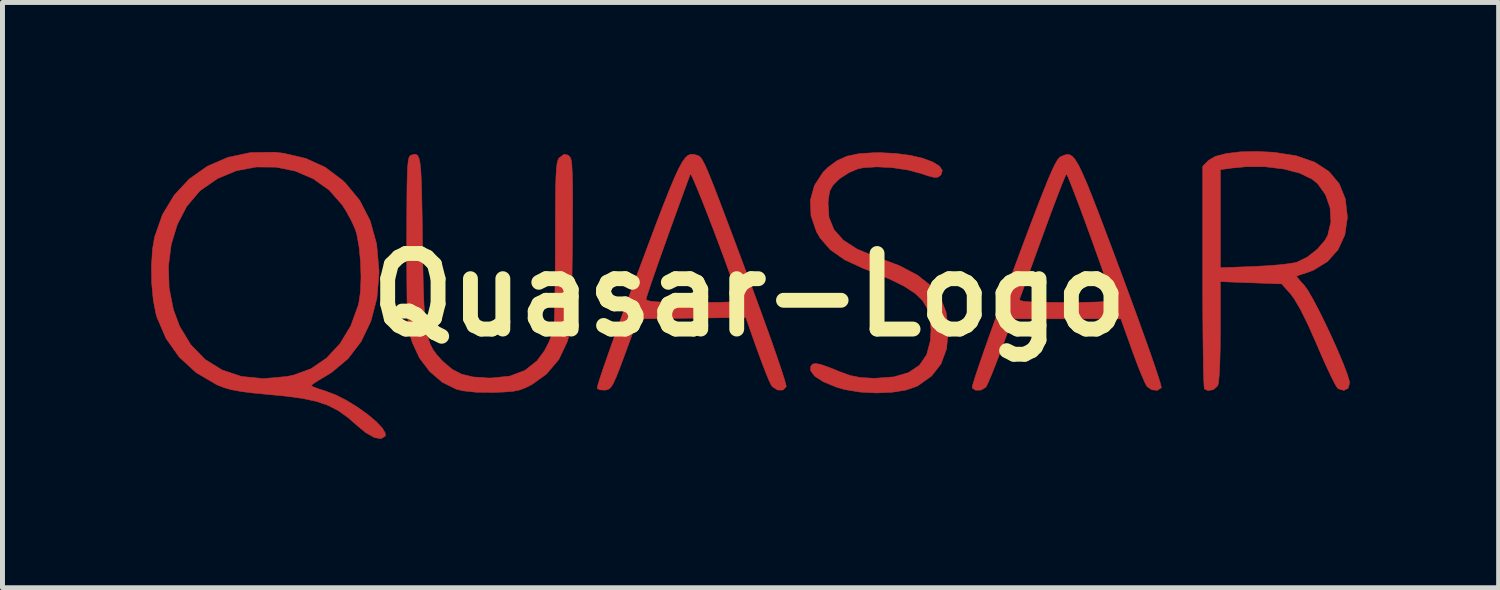
<source format=kicad_pcb>
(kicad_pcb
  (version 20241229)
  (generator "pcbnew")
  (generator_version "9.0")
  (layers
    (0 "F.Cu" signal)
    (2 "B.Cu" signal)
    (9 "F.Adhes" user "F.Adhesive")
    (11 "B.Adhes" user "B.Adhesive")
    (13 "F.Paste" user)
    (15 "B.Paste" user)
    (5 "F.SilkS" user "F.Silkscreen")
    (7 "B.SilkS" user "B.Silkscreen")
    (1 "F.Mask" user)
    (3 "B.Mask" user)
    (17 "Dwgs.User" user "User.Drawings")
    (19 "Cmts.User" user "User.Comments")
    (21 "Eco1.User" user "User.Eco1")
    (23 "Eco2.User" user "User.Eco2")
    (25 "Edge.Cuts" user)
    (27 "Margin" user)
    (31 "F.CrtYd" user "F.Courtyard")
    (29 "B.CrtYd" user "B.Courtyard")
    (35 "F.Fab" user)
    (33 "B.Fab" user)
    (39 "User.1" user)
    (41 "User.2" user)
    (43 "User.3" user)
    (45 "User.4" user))
  (footprint "Quasar-Logo"
    (layer "F.Cu")
    (at 12.062 2.897)
    (property "Reference" "Quasar-Logo" (at 0 0 0) (layer "F.SilkS") (effects (font (size 1.524 1.524) (thickness 0.3))))
    (attr through_hole)
    (fp_poly (pts (xy 2.957 -2.852) (xy 3.247 -2.813) (xy 3.497 -2.755) (xy 3.696 -2.682) (xy 3.832 -2.599) (xy 3.893 -2.511) (xy 3.865 -2.422) (xy 3.856 -2.411) (xy 3.803 -2.374) (xy 3.731 -2.369) (xy 3.614 -2.398) (xy 3.478 -2.444) (xy 3.198 -2.519) (xy 2.885 -2.566) (xy 2.573 -2.582) (xy 2.302 -2.565) (xy 2.193 -2.543) (xy 2.015 -2.468) (xy 1.837 -2.355) (xy 1.79 -2.316) (xy 1.684 -2.207) (xy 1.626 -2.103) (xy 1.598 -1.963) (xy 1.588 -1.849) (xy 1.607 -1.562) (xy 1.708 -1.315) (xy 1.895 -1.104) (xy 2.172 -0.924) (xy 2.544 -0.77) (xy 2.577 -0.759) (xy 3.032 -0.587) (xy 3.392 -0.397) (xy 3.664 -0.182) (xy 3.854 0.062) (xy 3.967 0.344) (xy 4.011 0.669) (xy 4.012 0.726) (xy 3.977 1.091) (xy 3.866 1.392) (xy 3.675 1.637) (xy 3.399 1.833) (xy 3.378 1.844) (xy 3.162 1.919) (xy 2.88 1.964) (xy 2.559 1.978) (xy 2.232 1.96) (xy 1.926 1.91) (xy 1.762 1.863) (xy 1.495 1.753) (xy 1.319 1.64) (xy 1.236 1.528) (xy 1.238 1.446) (xy 1.272 1.398) (xy 1.336 1.383) (xy 1.446 1.405) (xy 1.619 1.466) (xy 1.817 1.547) (xy 2.034 1.626) (xy 2.24 1.667) (xy 2.488 1.681) (xy 2.535 1.682) (xy 2.914 1.654) (xy 3.211 1.567) (xy 3.431 1.419) (xy 3.577 1.205) (xy 3.652 0.923) (xy 3.664 0.706) (xy 3.648 0.479) (xy 3.596 0.287) (xy 3.498 0.12) (xy 3.343 -0.031) (xy 3.122 -0.175) (xy 2.825 -0.321) (xy 2.442 -0.479) (xy 2.311 -0.529) (xy 1.928 -0.704) (xy 1.635 -0.909) (xy 1.424 -1.152) (xy 1.353 -1.276) (xy 1.244 -1.595) (xy 1.231 -1.91) (xy 1.313 -2.207) (xy 1.486 -2.472) (xy 1.588 -2.573) (xy 1.769 -2.707) (xy 1.967 -2.796) (xy 2.206 -2.847) (xy 2.512 -2.867) (xy 2.642 -2.868) (xy 2.957 -2.852)) (stroke (width 0.01) (type solid)) (fill yes) (layer "F.Cu"))
    (fp_poly (pts (xy 10.576 -2.876) (xy 11.03 -2.805) (xy 11.402 -2.676) (xy 11.69 -2.489) (xy 11.896 -2.243) (xy 12.02 -1.938) (xy 12.061 -1.574) (xy 12.06 -1.549) (xy 12.01 -1.209) (xy 11.873 -0.912) (xy 11.659 -0.671) (xy 11.377 -0.498) (xy 11.262 -0.455) (xy 11.13 -0.412) (xy 11.048 -0.384) (xy 11.036 -0.379) (xy 11.059 -0.342) (xy 11.134 -0.254) (xy 11.193 -0.19) (xy 11.268 -0.086) (xy 11.37 0.092) (xy 11.491 0.322) (xy 11.622 0.587) (xy 11.753 0.866) (xy 11.875 1.141) (xy 11.98 1.391) (xy 12.059 1.598) (xy 12.102 1.742) (xy 12.107 1.776) (xy 12.077 1.883) (xy 11.991 1.927) (xy 11.881 1.894) (xy 11.864 1.881) (xy 11.822 1.817) (xy 11.749 1.676) (xy 11.653 1.473) (xy 11.542 1.227) (xy 11.447 1.006) (xy 11.272 0.61) (xy 11.118 0.299) (xy 10.989 0.079) (xy 10.918 -0.017) (xy 10.736 -0.222) (xy 10.118 -0.244) (xy 9.5 -0.267) (xy 9.5 0.734) (xy 9.497 1.083) (xy 9.489 1.381) (xy 9.477 1.615) (xy 9.462 1.772) (xy 9.447 1.832) (xy 9.362 1.91) (xy 9.252 1.93) (xy 9.178 1.897) (xy 9.171 1.84) (xy 9.164 1.693) (xy 9.158 1.465) (xy 9.153 1.166) (xy 9.149 0.808) (xy 9.146 0.401) (xy 9.144 -0.045) (xy 9.144 -0.366) (xy 9.144 -2.526) (xy 9.5 -2.526) (xy 9.5 -0.547) (xy 10.173 -0.573) (xy 10.443 -0.587) (xy 10.694 -0.607) (xy 10.898 -0.631) (xy 11.03 -0.655) (xy 11.038 -0.657) (xy 11.25 -0.76) (xy 11.453 -0.919) (xy 11.612 -1.104) (xy 11.666 -1.204) (xy 11.73 -1.475) (xy 11.712 -1.757) (xy 11.62 -2.021) (xy 11.462 -2.242) (xy 11.354 -2.331) (xy 11.102 -2.454) (xy 10.777 -2.539) (xy 10.404 -2.584) (xy 10.004 -2.584) (xy 9.735 -2.558) (xy 9.5 -2.526) (xy 9.144 -2.526) (xy 9.144 -2.595) (xy 9.264 -2.715) (xy 9.4 -2.794) (xy 9.62 -2.851) (xy 9.906 -2.885) (xy 10.244 -2.892) (xy 10.576 -2.876)) (stroke (width 0.01) (type solid)) (fill yes) (layer "F.Cu"))
    (fp_poly (pts (xy 6.457 -2.828) (xy 6.511 -2.797) (xy 6.568 -2.733) (xy 6.634 -2.627) (xy 6.71 -2.472) (xy 6.802 -2.262) (xy 6.913 -1.988) (xy 7.046 -1.645) (xy 7.206 -1.223) (xy 7.396 -0.718) (xy 7.489 -0.468) (xy 7.659 -0.01) (xy 7.817 0.42) (xy 7.958 0.812) (xy 8.081 1.156) (xy 8.18 1.444) (xy 8.254 1.666) (xy 8.298 1.812) (xy 8.31 1.873) (xy 8.309 1.874) (xy 8.227 1.926) (xy 8.113 1.913) (xy 8.02 1.847) (xy 7.978 1.769) (xy 7.911 1.616) (xy 7.828 1.409) (xy 7.738 1.168) (xy 7.722 1.123) (xy 7.493 0.483) (xy 5.311 0.483) (xy 5.068 1.138) (xy 4.975 1.383) (xy 4.89 1.597) (xy 4.821 1.76) (xy 4.776 1.852) (xy 4.769 1.862) (xy 4.674 1.92) (xy 4.563 1.923) (xy 4.494 1.876) (xy 4.504 1.819) (xy 4.547 1.677) (xy 4.62 1.458) (xy 4.718 1.173) (xy 4.839 0.83) (xy 4.98 0.44) (xy 5.108 0.089) (xy 5.449 0.089) (xy 5.462 0.112) (xy 5.528 0.129) (xy 5.658 0.141) (xy 5.863 0.148) (xy 6.152 0.152) (xy 6.37 0.152) (xy 6.72 0.151) (xy 6.979 0.145) (xy 7.157 0.136) (xy 7.264 0.121) (xy 7.312 0.1) (xy 7.316 0.089) (xy 7.3 0.023) (xy 7.254 -0.12) (xy 7.185 -0.325) (xy 7.097 -0.577) (xy 6.996 -0.859) (xy 6.889 -1.158) (xy 6.779 -1.458) (xy 6.674 -1.743) (xy 6.577 -1.998) (xy 6.496 -2.208) (xy 6.436 -2.358) (xy 6.401 -2.433) (xy 6.396 -2.438) (xy 6.372 -2.393) (xy 6.318 -2.264) (xy 6.24 -2.065) (xy 6.142 -1.808) (xy 6.029 -1.505) (xy 5.92 -1.206) (xy 5.798 -0.871) (xy 5.687 -0.565) (xy 5.592 -0.302) (xy 5.517 -0.096) (xy 5.467 0.039) (xy 5.449 0.089) (xy 5.108 0.089) (xy 5.136 0.012) (xy 5.306 -0.445) (xy 5.31 -0.455) (xy 5.51 -0.992) (xy 5.679 -1.44) (xy 5.82 -1.808) (xy 5.936 -2.104) (xy 6.03 -2.336) (xy 6.105 -2.51) (xy 6.165 -2.634) (xy 6.212 -2.717) (xy 6.251 -2.766) (xy 6.28 -2.787) (xy 6.345 -2.816) (xy 6.403 -2.832) (xy 6.457 -2.828)) (stroke (width 0.01) (type solid)) (fill yes) (layer "F.Cu"))
    (fp_poly (pts (xy -1.125 -2.834) (xy -1.064 -2.819) (xy -1.064 -2.819) (xy -1.034 -2.808) (xy -1.005 -2.792) (xy -0.976 -2.763) (xy -0.942 -2.713) (xy -0.901 -2.634) (xy -0.849 -2.519) (xy -0.783 -2.359) (xy -0.699 -2.148) (xy -0.595 -1.877) (xy -0.467 -1.539) (xy -0.311 -1.126) (xy -0.126 -0.63) (xy 0.000223 -0.293) (xy 0.162 0.143) (xy 0.311 0.552) (xy 0.444 0.922) (xy 0.557 1.245) (xy 0.646 1.509) (xy 0.709 1.706) (xy 0.741 1.823) (xy 0.744 1.853) (xy 0.675 1.92) (xy 0.572 1.919) (xy 0.47 1.855) (xy 0.44 1.816) (xy 0.397 1.726) (xy 0.329 1.562) (xy 0.247 1.347) (xy 0.158 1.103) (xy 0.149 1.079) (xy -0.072 0.455) (xy -1.16 0.469) (xy -2.247 0.483) (xy -2.508 1.194) (xy -2.611 1.47) (xy -2.688 1.664) (xy -2.747 1.792) (xy -2.796 1.868) (xy -2.844 1.905) (xy -2.898 1.92) (xy -2.904 1.921) (xy -3.014 1.915) (xy -3.069 1.886) (xy -3.058 1.83) (xy -3.015 1.688) (xy -2.942 1.47) (xy -2.843 1.186) (xy -2.722 0.844) (xy -2.581 0.455) (xy -2.447 0.087) (xy -2.083 0.087) (xy -2.061 0.111) (xy -1.989 0.129) (xy -1.856 0.141) (xy -1.649 0.148) (xy -1.359 0.152) (xy -1.14 0.152) (xy -0.808 0.152) (xy -0.566 0.149) (xy -0.399 0.143) (xy -0.294 0.132) (xy -0.239 0.116) (xy -0.221 0.092) (xy -0.225 0.064) (xy -0.293 -0.14) (xy -0.381 -0.391) (xy -0.484 -0.675) (xy -0.596 -0.977) (xy -0.712 -1.285) (xy -0.827 -1.583) (xy -0.934 -1.857) (xy -1.03 -2.094) (xy -1.108 -2.28) (xy -1.162 -2.4) (xy -1.188 -2.44) (xy -1.189 -2.438) (xy -1.319 -2.085) (xy -1.452 -1.719) (xy -1.584 -1.355) (xy -1.709 -1.005) (xy -1.824 -0.682) (xy -1.923 -0.399) (xy -2.002 -0.169) (xy -2.056 -0.006) (xy -2.082 0.079) (xy -2.083 0.087) (xy -2.447 0.087) (xy -2.425 0.028) (xy -2.256 -0.428) (xy -2.255 -0.431) (xy -2.05 -0.979) (xy -1.877 -1.44) (xy -1.731 -1.819) (xy -1.609 -2.126) (xy -1.508 -2.366) (xy -1.424 -2.548) (xy -1.353 -2.678) (xy -1.291 -2.765) (xy -1.235 -2.815) (xy -1.181 -2.835) (xy -1.125 -2.834)) (stroke (width 0.01) (type solid)) (fill yes) (layer "F.Cu"))
    (fp_poly (pts (xy -3.657 -2.819) (xy -3.61 -2.772) (xy -3.593 -2.722) (xy -3.579 -2.612) (xy -3.57 -2.436) (xy -3.564 -2.186) (xy -3.563 -1.855) (xy -3.564 -1.436) (xy -3.568 -1.007) (xy -3.574 -0.53) (xy -3.58 -0.144) (xy -3.588 0.164) (xy -3.598 0.406) (xy -3.61 0.592) (xy -3.626 0.734) (xy -3.645 0.845) (xy -3.669 0.935) (xy -3.674 0.95) (xy -3.842 1.303) (xy -4.09 1.596) (xy -4.368 1.797) (xy -4.509 1.871) (xy -4.633 1.918) (xy -4.772 1.946) (xy -4.956 1.96) (xy -5.156 1.967) (xy -5.505 1.964) (xy -5.773 1.935) (xy -5.912 1.901) (xy -6.191 1.763) (xy -6.446 1.545) (xy -6.654 1.27) (xy -6.798 0.958) (xy -6.803 0.942) (xy -6.832 0.842) (xy -6.855 0.742) (xy -6.873 0.63) (xy -6.887 0.492) (xy -6.896 0.318) (xy -6.903 0.093) (xy -6.906 -0.193) (xy -6.908 -0.554) (xy -6.909 -1.002) (xy -6.909 -1.092) (xy -6.908 -1.558) (xy -6.906 -1.933) (xy -6.903 -2.225) (xy -6.897 -2.446) (xy -6.889 -2.604) (xy -6.877 -2.71) (xy -6.862 -2.774) (xy -6.843 -2.806) (xy -6.833 -2.812) (xy -6.775 -2.832) (xy -6.728 -2.836) (xy -6.692 -2.814) (xy -6.663 -2.758) (xy -6.641 -2.658) (xy -6.625 -2.504) (xy -6.614 -2.288) (xy -6.606 -2) (xy -6.599 -1.63) (xy -6.592 -1.168) (xy -6.592 -1.101) (xy -6.584 -0.586) (xy -6.575 -0.162) (xy -6.562 0.183) (xy -6.544 0.46) (xy -6.518 0.68) (xy -6.483 0.853) (xy -6.437 0.992) (xy -6.378 1.106) (xy -6.303 1.208) (xy -6.212 1.309) (xy -6.174 1.347) (xy -5.994 1.5) (xy -5.802 1.6) (xy -5.572 1.655) (xy -5.276 1.676) (xy -5.203 1.676) (xy -4.833 1.639) (xy -4.527 1.524) (xy -4.282 1.33) (xy -4.134 1.131) (xy -4.041 0.951) (xy -3.97 0.771) (xy -3.944 0.674) (xy -3.936 0.576) (xy -3.929 0.391) (xy -3.923 0.133) (xy -3.918 -0.184) (xy -3.914 -0.546) (xy -3.912 -0.939) (xy -3.912 -1.101) (xy -3.911 -1.552) (xy -3.909 -1.912) (xy -3.905 -2.191) (xy -3.899 -2.401) (xy -3.889 -2.552) (xy -3.876 -2.655) (xy -3.859 -2.72) (xy -3.838 -2.759) (xy -3.832 -2.765) (xy -3.735 -2.836) (xy -3.657 -2.819)) (stroke (width 0.01) (type solid)) (fill yes) (layer "F.Cu"))
    (fp_poly (pts (xy -9.395 -2.857) (xy -8.945 -2.752) (xy -8.556 -2.575) (xy -8.21 -2.316) (xy -8.149 -2.259) (xy -7.856 -1.904) (xy -7.645 -1.492) (xy -7.516 -1.023) (xy -7.469 -0.493) (xy -7.468 -0.438) (xy -7.511 0.069) (xy -7.632 0.531) (xy -7.828 0.94) (xy -8.093 1.287) (xy -8.424 1.564) (xy -8.525 1.626) (xy -8.678 1.717) (xy -8.79 1.789) (xy -8.837 1.828) (xy -8.838 1.829) (xy -8.794 1.855) (xy -8.679 1.898) (xy -8.547 1.94) (xy -8.343 2.017) (xy -8.123 2.129) (xy -7.903 2.264) (xy -7.699 2.41) (xy -7.526 2.555) (xy -7.401 2.686) (xy -7.339 2.793) (xy -7.342 2.848) (xy -7.428 2.9) (xy -7.562 2.877) (xy -7.733 2.78) (xy -7.89 2.652) (xy -8.096 2.472) (xy -8.293 2.333) (xy -8.498 2.227) (xy -8.731 2.148) (xy -9.012 2.088) (xy -9.359 2.041) (xy -9.698 2.009) (xy -10.019 1.978) (xy -10.261 1.947) (xy -10.447 1.912) (xy -10.599 1.869) (xy -10.74 1.812) (xy -10.747 1.808) (xy -11.156 1.568) (xy -11.498 1.254) (xy -11.765 0.876) (xy -11.95 0.444) (xy -11.963 0.398) (xy -12.02 0.114) (xy -12.052 -0.229) (xy -12.057 -0.581) (xy -11.715 -0.581) (xy -11.701 -0.138) (xy -11.615 0.297) (xy -11.49 0.632) (xy -11.264 1.006) (xy -10.977 1.301) (xy -10.634 1.514) (xy -10.241 1.645) (xy -9.803 1.689) (xy -9.326 1.646) (xy -9.195 1.619) (xy -8.841 1.49) (xy -8.524 1.273) (xy -8.252 0.98) (xy -8.037 0.623) (xy -7.888 0.212) (xy -7.874 0.159) (xy -7.842 -0.07) (xy -7.831 -0.357) (xy -7.841 -0.668) (xy -7.87 -0.968) (xy -7.916 -1.22) (xy -7.946 -1.321) (xy -8.024 -1.494) (xy -8.133 -1.693) (xy -8.209 -1.812) (xy -8.473 -2.113) (xy -8.795 -2.342) (xy -9.158 -2.497) (xy -9.548 -2.576) (xy -9.948 -2.579) (xy -10.344 -2.504) (xy -10.72 -2.349) (xy -11.059 -2.114) (xy -11.097 -2.08) (xy -11.347 -1.783) (xy -11.535 -1.423) (xy -11.659 -1.016) (xy -11.715 -0.581) (xy -12.057 -0.581) (xy -12.057 -0.588) (xy -12.036 -0.925) (xy -11.994 -1.168) (xy -11.835 -1.62) (xy -11.598 -2.012) (xy -11.293 -2.339) (xy -10.929 -2.595) (xy -10.515 -2.774) (xy -10.061 -2.87) (xy -9.574 -2.877) (xy -9.395 -2.857)) (stroke (width 0.01) (type solid)) (fill yes) (layer "F.Cu"))
    (fp_poly (pts (xy 2.957 -2.852) (xy 3.247 -2.813) (xy 3.497 -2.755) (xy 3.696 -2.682) (xy 3.832 -2.599) (xy 3.893 -2.511) (xy 3.865 -2.422) (xy 3.856 -2.411) (xy 3.803 -2.374) (xy 3.731 -2.369) (xy 3.614 -2.398) (xy 3.478 -2.444) (xy 3.198 -2.519) (xy 2.885 -2.566) (xy 2.573 -2.582) (xy 2.302 -2.565) (xy 2.193 -2.543) (xy 2.015 -2.468) (xy 1.837 -2.355) (xy 1.79 -2.316) (xy 1.684 -2.207) (xy 1.626 -2.103) (xy 1.598 -1.963) (xy 1.588 -1.849) (xy 1.607 -1.562) (xy 1.708 -1.315) (xy 1.895 -1.104) (xy 2.172 -0.924) (xy 2.544 -0.77) (xy 2.577 -0.759) (xy 3.032 -0.587) (xy 3.392 -0.397) (xy 3.664 -0.182) (xy 3.854 0.062) (xy 3.967 0.344) (xy 4.011 0.669) (xy 4.012 0.726) (xy 3.977 1.091) (xy 3.866 1.392) (xy 3.675 1.637) (xy 3.399 1.833) (xy 3.378 1.844) (xy 3.162 1.919) (xy 2.88 1.964) (xy 2.559 1.978) (xy 2.232 1.96) (xy 1.926 1.91) (xy 1.762 1.863) (xy 1.495 1.753) (xy 1.319 1.64) (xy 1.236 1.528) (xy 1.238 1.446) (xy 1.272 1.398) (xy 1.336 1.383) (xy 1.446 1.405) (xy 1.619 1.466) (xy 1.817 1.547) (xy 2.034 1.626) (xy 2.24 1.667) (xy 2.488 1.681) (xy 2.535 1.682) (xy 2.914 1.654) (xy 3.211 1.567) (xy 3.431 1.419) (xy 3.577 1.205) (xy 3.652 0.923) (xy 3.664 0.706) (xy 3.648 0.479) (xy 3.596 0.287) (xy 3.498 0.12) (xy 3.343 -0.031) (xy 3.122 -0.175) (xy 2.825 -0.321) (xy 2.442 -0.479) (xy 2.311 -0.529) (xy 1.928 -0.704) (xy 1.635 -0.909) (xy 1.424 -1.152) (xy 1.353 -1.276) (xy 1.244 -1.595) (xy 1.231 -1.91) (xy 1.313 -2.207) (xy 1.486 -2.472) (xy 1.588 -2.573) (xy 1.769 -2.707) (xy 1.967 -2.796) (xy 2.206 -2.847) (xy 2.512 -2.867) (xy 2.642 -2.868) (xy 2.957 -2.852)) (stroke (width 0.01) (type solid)) (fill yes) (layer "F.Mask"))
    (fp_poly (pts (xy 10.576 -2.876) (xy 11.03 -2.805) (xy 11.402 -2.676) (xy 11.69 -2.489) (xy 11.896 -2.243) (xy 12.02 -1.938) (xy 12.061 -1.574) (xy 12.06 -1.549) (xy 12.01 -1.209) (xy 11.873 -0.912) (xy 11.659 -0.671) (xy 11.377 -0.498) (xy 11.262 -0.455) (xy 11.13 -0.412) (xy 11.048 -0.384) (xy 11.036 -0.379) (xy 11.059 -0.342) (xy 11.134 -0.254) (xy 11.193 -0.19) (xy 11.268 -0.086) (xy 11.37 0.092) (xy 11.491 0.322) (xy 11.622 0.587) (xy 11.753 0.866) (xy 11.875 1.141) (xy 11.98 1.391) (xy 12.059 1.598) (xy 12.102 1.742) (xy 12.107 1.776) (xy 12.077 1.883) (xy 11.991 1.927) (xy 11.881 1.894) (xy 11.864 1.881) (xy 11.822 1.817) (xy 11.749 1.676) (xy 11.653 1.473) (xy 11.542 1.227) (xy 11.447 1.006) (xy 11.272 0.61) (xy 11.118 0.299) (xy 10.989 0.079) (xy 10.918 -0.017) (xy 10.736 -0.222) (xy 10.118 -0.244) (xy 9.5 -0.267) (xy 9.5 0.734) (xy 9.497 1.083) (xy 9.489 1.381) (xy 9.477 1.615) (xy 9.462 1.772) (xy 9.447 1.832) (xy 9.362 1.91) (xy 9.252 1.93) (xy 9.178 1.897) (xy 9.171 1.84) (xy 9.164 1.693) (xy 9.158 1.465) (xy 9.153 1.166) (xy 9.149 0.808) (xy 9.146 0.401) (xy 9.144 -0.045) (xy 9.144 -0.366) (xy 9.144 -2.526) (xy 9.5 -2.526) (xy 9.5 -0.547) (xy 10.173 -0.573) (xy 10.443 -0.587) (xy 10.694 -0.607) (xy 10.898 -0.631) (xy 11.03 -0.655) (xy 11.038 -0.657) (xy 11.25 -0.76) (xy 11.453 -0.919) (xy 11.612 -1.104) (xy 11.666 -1.204) (xy 11.73 -1.475) (xy 11.712 -1.757) (xy 11.62 -2.021) (xy 11.462 -2.242) (xy 11.354 -2.331) (xy 11.102 -2.454) (xy 10.777 -2.539) (xy 10.404 -2.584) (xy 10.004 -2.584) (xy 9.735 -2.558) (xy 9.5 -2.526) (xy 9.144 -2.526) (xy 9.144 -2.595) (xy 9.264 -2.715) (xy 9.4 -2.794) (xy 9.62 -2.851) (xy 9.906 -2.885) (xy 10.244 -2.892) (xy 10.576 -2.876)) (stroke (width 0.01) (type solid)) (fill yes) (layer "F.Mask"))
    (fp_poly (pts (xy 6.457 -2.828) (xy 6.511 -2.797) (xy 6.568 -2.733) (xy 6.634 -2.627) (xy 6.71 -2.472) (xy 6.802 -2.262) (xy 6.913 -1.988) (xy 7.046 -1.645) (xy 7.206 -1.223) (xy 7.396 -0.718) (xy 7.489 -0.468) (xy 7.659 -0.01) (xy 7.817 0.42) (xy 7.958 0.812) (xy 8.081 1.156) (xy 8.18 1.444) (xy 8.254 1.666) (xy 8.298 1.812) (xy 8.31 1.873) (xy 8.309 1.874) (xy 8.227 1.926) (xy 8.113 1.913) (xy 8.02 1.847) (xy 7.978 1.769) (xy 7.911 1.616) (xy 7.828 1.409) (xy 7.738 1.168) (xy 7.722 1.123) (xy 7.493 0.483) (xy 5.311 0.483) (xy 5.068 1.138) (xy 4.975 1.383) (xy 4.89 1.597) (xy 4.821 1.76) (xy 4.776 1.852) (xy 4.769 1.862) (xy 4.674 1.92) (xy 4.563 1.923) (xy 4.494 1.876) (xy 4.504 1.819) (xy 4.547 1.677) (xy 4.62 1.458) (xy 4.718 1.173) (xy 4.839 0.83) (xy 4.98 0.44) (xy 5.108 0.089) (xy 5.449 0.089) (xy 5.462 0.112) (xy 5.528 0.129) (xy 5.658 0.141) (xy 5.863 0.148) (xy 6.152 0.152) (xy 6.37 0.152) (xy 6.72 0.151) (xy 6.979 0.145) (xy 7.157 0.136) (xy 7.264 0.121) (xy 7.312 0.1) (xy 7.316 0.089) (xy 7.3 0.023) (xy 7.254 -0.12) (xy 7.185 -0.325) (xy 7.097 -0.577) (xy 6.996 -0.859) (xy 6.889 -1.158) (xy 6.779 -1.458) (xy 6.674 -1.743) (xy 6.577 -1.998) (xy 6.496 -2.208) (xy 6.436 -2.358) (xy 6.401 -2.433) (xy 6.396 -2.438) (xy 6.372 -2.393) (xy 6.318 -2.264) (xy 6.24 -2.065) (xy 6.142 -1.808) (xy 6.029 -1.505) (xy 5.92 -1.206) (xy 5.798 -0.871) (xy 5.687 -0.565) (xy 5.592 -0.302) (xy 5.517 -0.096) (xy 5.467 0.039) (xy 5.449 0.089) (xy 5.108 0.089) (xy 5.136 0.012) (xy 5.306 -0.445) (xy 5.31 -0.455) (xy 5.51 -0.992) (xy 5.679 -1.44) (xy 5.82 -1.808) (xy 5.936 -2.104) (xy 6.03 -2.336) (xy 6.105 -2.51) (xy 6.165 -2.634) (xy 6.212 -2.717) (xy 6.251 -2.766) (xy 6.28 -2.787) (xy 6.345 -2.816) (xy 6.403 -2.832) (xy 6.457 -2.828)) (stroke (width 0.01) (type solid)) (fill yes) (layer "F.Mask"))
    (fp_poly (pts (xy -1.125 -2.834) (xy -1.064 -2.819) (xy -1.064 -2.819) (xy -1.034 -2.808) (xy -1.005 -2.792) (xy -0.976 -2.763) (xy -0.942 -2.713) (xy -0.901 -2.634) (xy -0.849 -2.519) (xy -0.783 -2.359) (xy -0.699 -2.148) (xy -0.595 -1.877) (xy -0.467 -1.539) (xy -0.311 -1.126) (xy -0.126 -0.63) (xy 0.000223 -0.293) (xy 0.162 0.143) (xy 0.311 0.552) (xy 0.444 0.922) (xy 0.557 1.245) (xy 0.646 1.509) (xy 0.709 1.706) (xy 0.741 1.823) (xy 0.744 1.853) (xy 0.675 1.92) (xy 0.572 1.919) (xy 0.47 1.855) (xy 0.44 1.816) (xy 0.397 1.726) (xy 0.329 1.562) (xy 0.247 1.347) (xy 0.158 1.103) (xy 0.149 1.079) (xy -0.072 0.455) (xy -1.16 0.469) (xy -2.247 0.483) (xy -2.508 1.194) (xy -2.611 1.47) (xy -2.688 1.664) (xy -2.747 1.792) (xy -2.796 1.868) (xy -2.844 1.905) (xy -2.898 1.92) (xy -2.904 1.921) (xy -3.014 1.915) (xy -3.069 1.886) (xy -3.058 1.83) (xy -3.015 1.688) (xy -2.942 1.47) (xy -2.843 1.186) (xy -2.722 0.844) (xy -2.581 0.455) (xy -2.447 0.087) (xy -2.083 0.087) (xy -2.061 0.111) (xy -1.989 0.129) (xy -1.856 0.141) (xy -1.649 0.148) (xy -1.359 0.152) (xy -1.14 0.152) (xy -0.808 0.152) (xy -0.566 0.149) (xy -0.399 0.143) (xy -0.294 0.132) (xy -0.239 0.116) (xy -0.221 0.092) (xy -0.225 0.064) (xy -0.293 -0.14) (xy -0.381 -0.391) (xy -0.484 -0.675) (xy -0.596 -0.977) (xy -0.712 -1.285) (xy -0.827 -1.583) (xy -0.934 -1.857) (xy -1.03 -2.094) (xy -1.108 -2.28) (xy -1.162 -2.4) (xy -1.188 -2.44) (xy -1.189 -2.438) (xy -1.319 -2.085) (xy -1.452 -1.719) (xy -1.584 -1.355) (xy -1.709 -1.005) (xy -1.824 -0.682) (xy -1.923 -0.399) (xy -2.002 -0.169) (xy -2.056 -0.006) (xy -2.082 0.079) (xy -2.083 0.087) (xy -2.447 0.087) (xy -2.425 0.028) (xy -2.256 -0.428) (xy -2.255 -0.431) (xy -2.05 -0.979) (xy -1.877 -1.44) (xy -1.731 -1.819) (xy -1.609 -2.126) (xy -1.508 -2.366) (xy -1.424 -2.548) (xy -1.353 -2.678) (xy -1.291 -2.765) (xy -1.235 -2.815) (xy -1.181 -2.835) (xy -1.125 -2.834)) (stroke (width 0.01) (type solid)) (fill yes) (layer "F.Mask"))
    (fp_poly (pts (xy -3.657 -2.819) (xy -3.61 -2.772) (xy -3.593 -2.722) (xy -3.579 -2.612) (xy -3.57 -2.436) (xy -3.564 -2.186) (xy -3.563 -1.855) (xy -3.564 -1.436) (xy -3.568 -1.007) (xy -3.574 -0.53) (xy -3.58 -0.144) (xy -3.588 0.164) (xy -3.598 0.406) (xy -3.61 0.592) (xy -3.626 0.734) (xy -3.645 0.845) (xy -3.669 0.935) (xy -3.674 0.95) (xy -3.842 1.303) (xy -4.09 1.596) (xy -4.368 1.797) (xy -4.509 1.871) (xy -4.633 1.918) (xy -4.772 1.946) (xy -4.956 1.96) (xy -5.156 1.967) (xy -5.505 1.964) (xy -5.773 1.935) (xy -5.912 1.901) (xy -6.191 1.763) (xy -6.446 1.545) (xy -6.654 1.27) (xy -6.798 0.958) (xy -6.803 0.942) (xy -6.832 0.842) (xy -6.855 0.742) (xy -6.873 0.63) (xy -6.887 0.492) (xy -6.896 0.318) (xy -6.903 0.093) (xy -6.906 -0.193) (xy -6.908 -0.554) (xy -6.909 -1.002) (xy -6.909 -1.092) (xy -6.908 -1.558) (xy -6.906 -1.933) (xy -6.903 -2.225) (xy -6.897 -2.446) (xy -6.889 -2.604) (xy -6.877 -2.71) (xy -6.862 -2.774) (xy -6.843 -2.806) (xy -6.833 -2.812) (xy -6.775 -2.832) (xy -6.728 -2.836) (xy -6.692 -2.814) (xy -6.663 -2.758) (xy -6.641 -2.658) (xy -6.625 -2.504) (xy -6.614 -2.288) (xy -6.606 -2) (xy -6.599 -1.63) (xy -6.592 -1.168) (xy -6.592 -1.101) (xy -6.584 -0.586) (xy -6.575 -0.162) (xy -6.562 0.183) (xy -6.544 0.46) (xy -6.518 0.68) (xy -6.483 0.853) (xy -6.437 0.992) (xy -6.378 1.106) (xy -6.303 1.208) (xy -6.212 1.309) (xy -6.174 1.347) (xy -5.994 1.5) (xy -5.802 1.6) (xy -5.572 1.655) (xy -5.276 1.676) (xy -5.203 1.676) (xy -4.833 1.639) (xy -4.527 1.524) (xy -4.282 1.33) (xy -4.134 1.131) (xy -4.041 0.951) (xy -3.97 0.771) (xy -3.944 0.674) (xy -3.936 0.576) (xy -3.929 0.391) (xy -3.923 0.133) (xy -3.918 -0.184) (xy -3.914 -0.546) (xy -3.912 -0.939) (xy -3.912 -1.101) (xy -3.911 -1.552) (xy -3.909 -1.912) (xy -3.905 -2.191) (xy -3.899 -2.401) (xy -3.889 -2.552) (xy -3.876 -2.655) (xy -3.859 -2.72) (xy -3.838 -2.759) (xy -3.832 -2.765) (xy -3.735 -2.836) (xy -3.657 -2.819)) (stroke (width 0.01) (type solid)) (fill yes) (layer "F.Mask"))
    (fp_poly (pts (xy -9.395 -2.857) (xy -8.945 -2.752) (xy -8.556 -2.575) (xy -8.21 -2.316) (xy -8.149 -2.259) (xy -7.856 -1.904) (xy -7.645 -1.492) (xy -7.516 -1.023) (xy -7.469 -0.493) (xy -7.468 -0.438) (xy -7.511 0.069) (xy -7.632 0.531) (xy -7.828 0.94) (xy -8.093 1.287) (xy -8.424 1.564) (xy -8.525 1.626) (xy -8.678 1.717) (xy -8.79 1.789) (xy -8.837 1.828) (xy -8.838 1.829) (xy -8.794 1.855) (xy -8.679 1.898) (xy -8.547 1.94) (xy -8.343 2.017) (xy -8.123 2.129) (xy -7.903 2.264) (xy -7.699 2.41) (xy -7.526 2.555) (xy -7.401 2.686) (xy -7.339 2.793) (xy -7.342 2.848) (xy -7.428 2.9) (xy -7.562 2.877) (xy -7.733 2.78) (xy -7.89 2.652) (xy -8.096 2.472) (xy -8.293 2.333) (xy -8.498 2.227) (xy -8.731 2.148) (xy -9.012 2.088) (xy -9.359 2.041) (xy -9.698 2.009) (xy -10.019 1.978) (xy -10.261 1.947) (xy -10.447 1.912) (xy -10.599 1.869) (xy -10.74 1.812) (xy -10.747 1.808) (xy -11.156 1.568) (xy -11.498 1.254) (xy -11.765 0.876) (xy -11.95 0.444) (xy -11.963 0.398) (xy -12.02 0.114) (xy -12.052 -0.229) (xy -12.057 -0.581) (xy -11.715 -0.581) (xy -11.701 -0.138) (xy -11.615 0.297) (xy -11.49 0.632) (xy -11.264 1.006) (xy -10.977 1.301) (xy -10.634 1.514) (xy -10.241 1.645) (xy -9.803 1.689) (xy -9.326 1.646) (xy -9.195 1.619) (xy -8.841 1.49) (xy -8.524 1.273) (xy -8.252 0.98) (xy -8.037 0.623) (xy -7.888 0.212) (xy -7.874 0.159) (xy -7.842 -0.07) (xy -7.831 -0.357) (xy -7.841 -0.668) (xy -7.87 -0.968) (xy -7.916 -1.22) (xy -7.946 -1.321) (xy -8.024 -1.494) (xy -8.133 -1.693) (xy -8.209 -1.812) (xy -8.473 -2.113) (xy -8.795 -2.342) (xy -9.158 -2.497) (xy -9.548 -2.576) (xy -9.948 -2.579) (xy -10.344 -2.504) (xy -10.72 -2.349) (xy -11.059 -2.114) (xy -11.097 -2.08) (xy -11.347 -1.783) (xy -11.535 -1.423) (xy -11.659 -1.016) (xy -11.715 -0.581) (xy -12.057 -0.581) (xy -12.057 -0.588) (xy -12.036 -0.925) (xy -11.994 -1.168) (xy -11.835 -1.62) (xy -11.598 -2.012) (xy -11.293 -2.339) (xy -10.929 -2.595) (xy -10.515 -2.774) (xy -10.061 -2.87) (xy -9.574 -2.877) (xy -9.395 -2.857)) (stroke (width 0.01) (type solid)) (fill yes) (layer "F.Mask")))
  (gr_rect
    (start -3 -3)
    (end 27.174 8.803)
    (stroke (width 0.1) (type default))
    (fill no)
    (layer "Edge.Cuts")))
</source>
